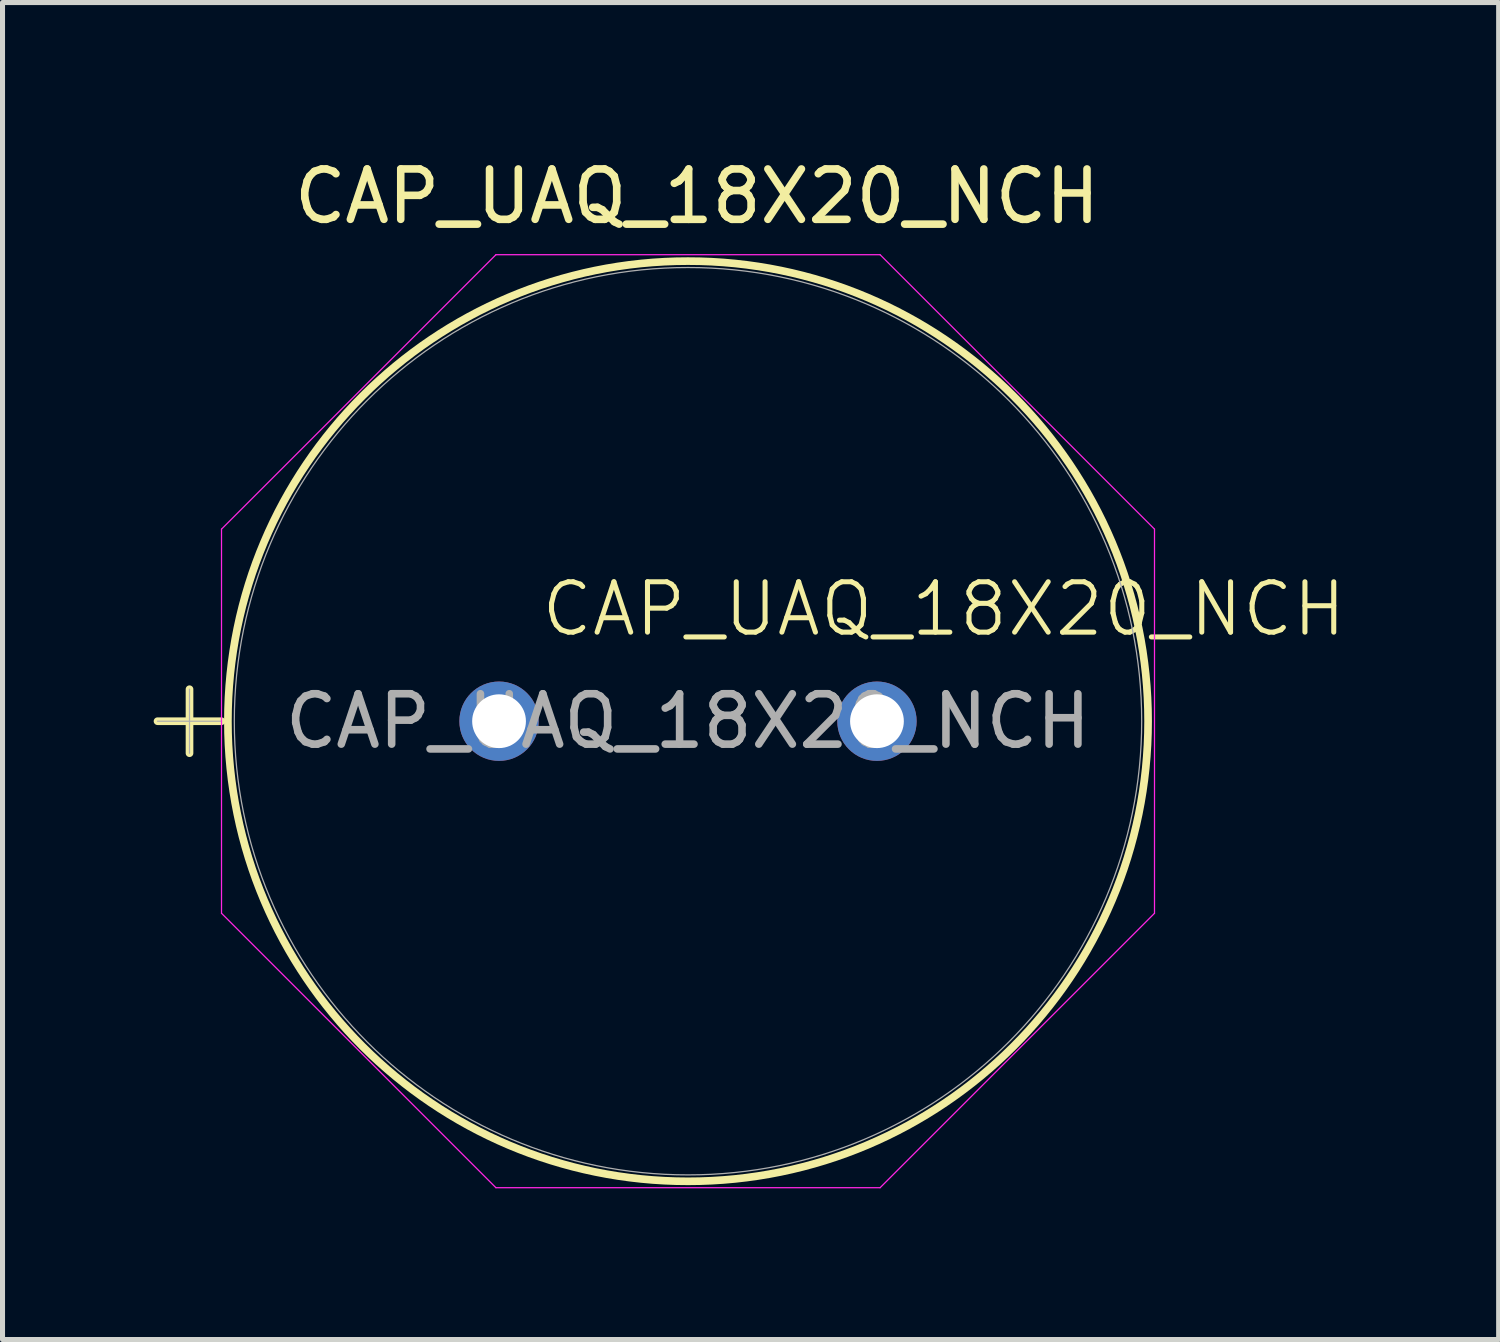
<source format=kicad_pcb>
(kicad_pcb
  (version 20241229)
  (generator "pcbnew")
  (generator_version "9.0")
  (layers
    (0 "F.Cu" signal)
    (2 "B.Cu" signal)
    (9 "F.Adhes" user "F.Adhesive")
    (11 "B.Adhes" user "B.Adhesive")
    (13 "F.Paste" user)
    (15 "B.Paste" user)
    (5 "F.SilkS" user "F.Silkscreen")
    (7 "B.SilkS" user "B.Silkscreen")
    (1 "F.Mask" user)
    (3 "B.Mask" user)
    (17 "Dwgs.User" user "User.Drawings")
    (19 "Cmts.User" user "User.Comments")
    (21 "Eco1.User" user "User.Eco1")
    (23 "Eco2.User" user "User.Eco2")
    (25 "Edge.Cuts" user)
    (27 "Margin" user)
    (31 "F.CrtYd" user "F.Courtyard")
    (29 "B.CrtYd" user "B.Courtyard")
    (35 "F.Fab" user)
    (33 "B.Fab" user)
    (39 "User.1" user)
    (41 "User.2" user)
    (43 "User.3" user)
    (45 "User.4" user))
  (footprint "CAP_UAQ_18X20_NCH"
    (layer "F.Cu")
    (at 6.854 11.263)
    (property "Reference" "CAP_UAQ_18X20_NCH" (at 3.93 -10.415 0) (unlocked yes) (layer "F.SilkS") (effects (font (size 1 1) (thickness 0.15))))
    (property "Value" "CAP_UAQ_18X20_NCH" (at 3.75 0 0) (unlocked yes) (layer "F.Fab") (hide yes) (effects (font (size 1 1) (thickness 0.15))))
    (attr through_hole)
    (fp_line (start -6.778 0) (end -5.508 0) (stroke (width 0.152) (type solid)) (layer "F.SilkS"))
    (fp_line (start -6.143 -0.635) (end -6.143 0.635) (stroke (width 0.152) (type solid)) (layer "F.SilkS"))
    (fp_circle (center 3.75 0) (end 12.881 0) (stroke (width 0.152) (type solid)) (fill no) (layer "F.SilkS"))
    (fp_line (start -5.508 -3.812) (end -0.062 -9.258) (stroke (width 0.025) (type solid)) (layer "F.CrtYd"))
    (fp_line (start -5.508 3.812) (end -5.508 -3.812) (stroke (width 0.025) (type solid)) (layer "F.CrtYd"))
    (fp_line (start -0.062 -9.258) (end 7.562 -9.258) (stroke (width 0.025) (type solid)) (layer "F.CrtYd"))
    (fp_line (start -0.062 9.258) (end -5.508 3.812) (stroke (width 0.025) (type solid)) (layer "F.CrtYd"))
    (fp_line (start 7.562 -9.258) (end 13.008 -3.812) (stroke (width 0.025) (type solid)) (layer "F.CrtYd"))
    (fp_line (start 7.562 9.258) (end -0.062 9.258) (stroke (width 0.025) (type solid)) (layer "F.CrtYd"))
    (fp_line (start 13.008 -3.812) (end 13.008 3.812) (stroke (width 0.025) (type solid)) (layer "F.CrtYd"))
    (fp_line (start 13.008 3.812) (end 7.562 9.258) (stroke (width 0.025) (type solid)) (layer "F.CrtYd"))
    (fp_line (start -6.778 0) (end -5.508 0) (stroke (width 0.025) (type solid)) (layer "F.Fab"))
    (fp_line (start -6.143 -0.635) (end -6.143 0.635) (stroke (width 0.025) (type solid)) (layer "F.Fab"))
    (fp_circle (center 3.75 0) (end 12.754 0) (stroke (width 0.025) (type solid)) (fill no) (layer "F.Fab"))
    (fp_text user "${VALUE}" (at 0.785 -1.64 0) (unlocked yes) (layer "F.SilkS") (effects (font (size 1 1) (thickness 0.1)) (justify left bottom)))
    (fp_text user "${REFERENCE}" (at 3.75 0 0) (unlocked yes) (layer "F.Fab") (effects (font (size 1 1) (thickness 0.15))))
    (pad "1" thru_hole circle (at 0 0) (size 1.575 1.575) (drill 1.067) (layers "*.Cu" "*.Mask"))
    (pad "2" thru_hole circle (at 7.5 0) (size 1.575 1.575) (drill 1.067) (layers "*.Cu" "*.Mask")))
  (gr_rect
    (start -3 -3)
    (end 26.692 23.534)
    (stroke (width 0.1) (type default))
    (fill no)
    (layer "Edge.Cuts")))
</source>
